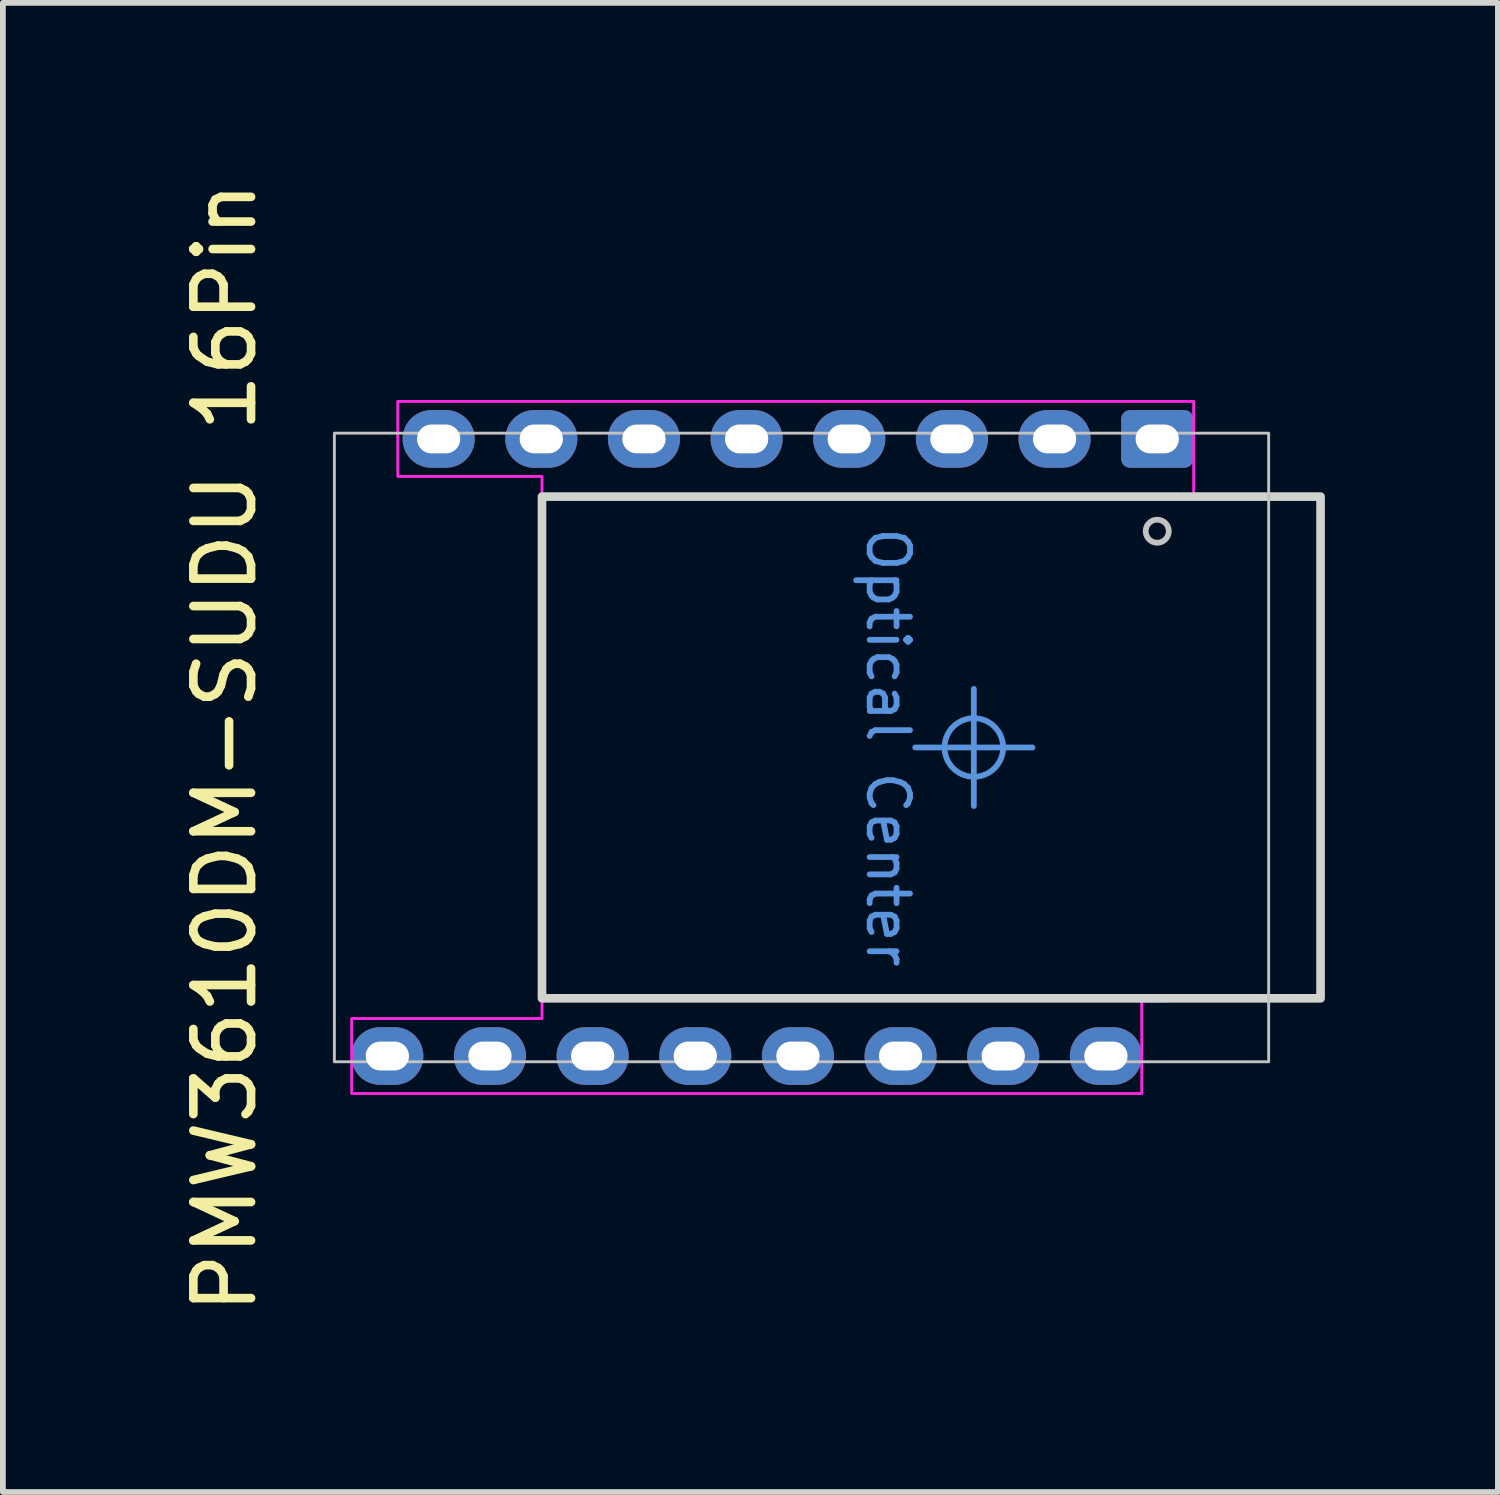
<source format=kicad_pcb>
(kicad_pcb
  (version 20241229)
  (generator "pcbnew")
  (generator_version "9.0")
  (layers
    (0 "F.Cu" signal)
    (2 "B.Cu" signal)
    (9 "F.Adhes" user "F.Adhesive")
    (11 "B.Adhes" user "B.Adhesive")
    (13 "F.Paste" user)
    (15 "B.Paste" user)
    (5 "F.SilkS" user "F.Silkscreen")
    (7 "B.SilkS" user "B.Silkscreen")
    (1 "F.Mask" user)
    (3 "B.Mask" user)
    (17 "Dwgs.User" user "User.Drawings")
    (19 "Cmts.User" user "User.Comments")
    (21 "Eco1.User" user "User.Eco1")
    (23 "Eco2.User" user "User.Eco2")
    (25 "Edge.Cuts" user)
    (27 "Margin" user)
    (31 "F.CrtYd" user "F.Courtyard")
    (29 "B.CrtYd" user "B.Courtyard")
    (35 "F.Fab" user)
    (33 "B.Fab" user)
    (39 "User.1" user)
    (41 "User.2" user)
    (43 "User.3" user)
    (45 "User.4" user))
  (footprint "PMW3610DM-SUDU 16Pin"
    (layer "F.Cu")
    (at 10.848 9.911)
    (property "Reference" "PMW3610DM-SUDU 16Pin" (at -10 0 270) (layer "F.SilkS") (effects (font (size 1 1) (thickness 0.15))))
    (attr through_hole)
    (fp_rect (start -8.1 5.45) (end 8.1 -5.45) (stroke (width 0.05) (type default)) (fill no) (layer "Dwgs.User"))
    (fp_circle (center 6.168 -3.75) (end 6.368 -3.75) (stroke (width 0.1) (type solid)) (fill no) (layer "Dwgs.User"))
    (fp_line (start 2.988 1.016) (end 2.988 -1.016) (stroke (width 0.1) (type solid)) (layer "Cmts.User"))
    (fp_line (start 4.004 0) (end 1.972 0) (stroke (width 0.1) (type solid)) (layer "Cmts.User"))
    (fp_circle (center 2.988 0) (end 2.48 0) (stroke (width 0.1) (type solid)) (fill no) (layer "Cmts.User"))
    (fp_rect (start 9 -4.35) (end -4.5 4.35) (stroke (width 0.15) (type solid)) (fill no) (layer "Edge.Cuts"))
    (fp_poly (pts (xy 8.992 -4.358) (xy 6.8 -4.37) (xy 6.8 -6) (xy -7 -6) (xy -7 -4.7) (xy -4.5 -4.7) (xy -4.5 4.7) (xy -7.8 4.7) (xy -7.8 6) (xy 5.9 6) (xy 5.9 4.4) (xy 8.992 4.329)) (stroke (width 0.05) (type solid)) (fill no) (layer "F.CrtYd"))
    (fp_text user "Optical Center" (at 1.5 0 270) (unlocked yes) (layer "Cmts.User") (effects (font (size 0.7 0.7) (thickness 0.1))))
    (pad "1" thru_hole roundrect (at 6.168 -5.35 180) (size 1.25 1) (drill oval 0.75 0.5) (layers "*.Cu" "*.Mask") (roundrect_rratio 0.15))
    (pad "2" thru_hole oval (at 4.388 -5.35 180) (size 1.25 1) (drill oval 0.75 0.5) (layers "*.Cu" "*.Mask"))
    (pad "3" thru_hole oval (at 2.608 -5.35 180) (size 1.25 1) (drill oval 0.75 0.5) (layers "*.Cu" "*.Mask"))
    (pad "4" thru_hole oval (at 0.828 -5.35 180) (size 1.25 1) (drill oval 0.75 0.5) (layers "*.Cu" "*.Mask"))
    (pad "5" thru_hole oval (at -0.952 -5.35 180) (size 1.25 1) (drill oval 0.75 0.5) (layers "*.Cu" "*.Mask"))
    (pad "6" thru_hole oval (at -2.732 -5.35 180) (size 1.25 1) (drill oval 0.75 0.5) (layers "*.Cu" "*.Mask"))
    (pad "7" thru_hole oval (at -4.512 -5.35 180) (size 1.25 1) (drill oval 0.75 0.5) (layers "*.Cu" "*.Mask"))
    (pad "8" thru_hole oval (at -6.292 -5.35 180) (size 1.25 1) (drill oval 0.75 0.5) (layers "*.Cu" "*.Mask"))
    (pad "9" thru_hole oval (at -7.182 5.35 180) (size 1.25 1) (drill oval 0.75 0.5) (layers "*.Cu" "*.Mask"))
    (pad "10" thru_hole oval (at -5.402 5.35 180) (size 1.25 1) (drill oval 0.75 0.5) (layers "*.Cu" "*.Mask"))
    (pad "11" thru_hole oval (at -3.622 5.35 180) (size 1.25 1) (drill oval 0.75 0.5) (layers "*.Cu" "*.Mask"))
    (pad "12" thru_hole oval (at -1.842 5.35 180) (size 1.25 1) (drill oval 0.75 0.5) (layers "*.Cu" "*.Mask"))
    (pad "13" thru_hole oval (at -0.062 5.35 180) (size 1.25 1) (drill oval 0.75 0.5) (layers "*.Cu" "*.Mask"))
    (pad "14" thru_hole oval (at 1.718 5.35 180) (size 1.25 1) (drill oval 0.75 0.5) (layers "*.Cu" "*.Mask"))
    (pad "15" thru_hole oval (at 3.498 5.35 180) (size 1.25 1) (drill oval 0.75 0.5) (layers "*.Cu" "*.Mask"))
    (pad "16" thru_hole oval (at 5.278 5.35 180) (size 1.25 1) (drill oval 0.75 0.5) (layers "*.Cu" "*.Mask"))
    (zone (net_name "") (layers "F.Cu" "B.Cu" "F.CrtYd") (hatch edge 0.508) (connect_pads) (min_thickness 0.254) (filled_areas_thickness no) (keepout (tracks not_allowed) (vias not_allowed) (pads not_allowed) (copperpour not_allowed) (footprints not_allowed)) (placement (enabled no)) (fill) (polygon (pts (xy 6.347 5.562) (xy 19.84 5.553) (xy 19.84 14.24) (xy 6.347 14.3)))))
  (gr_rect
    (start -3 -3)
    (end 22.923 22.821)
    (stroke (width 0.1) (type default))
    (fill no)
    (layer "Edge.Cuts")))
</source>
